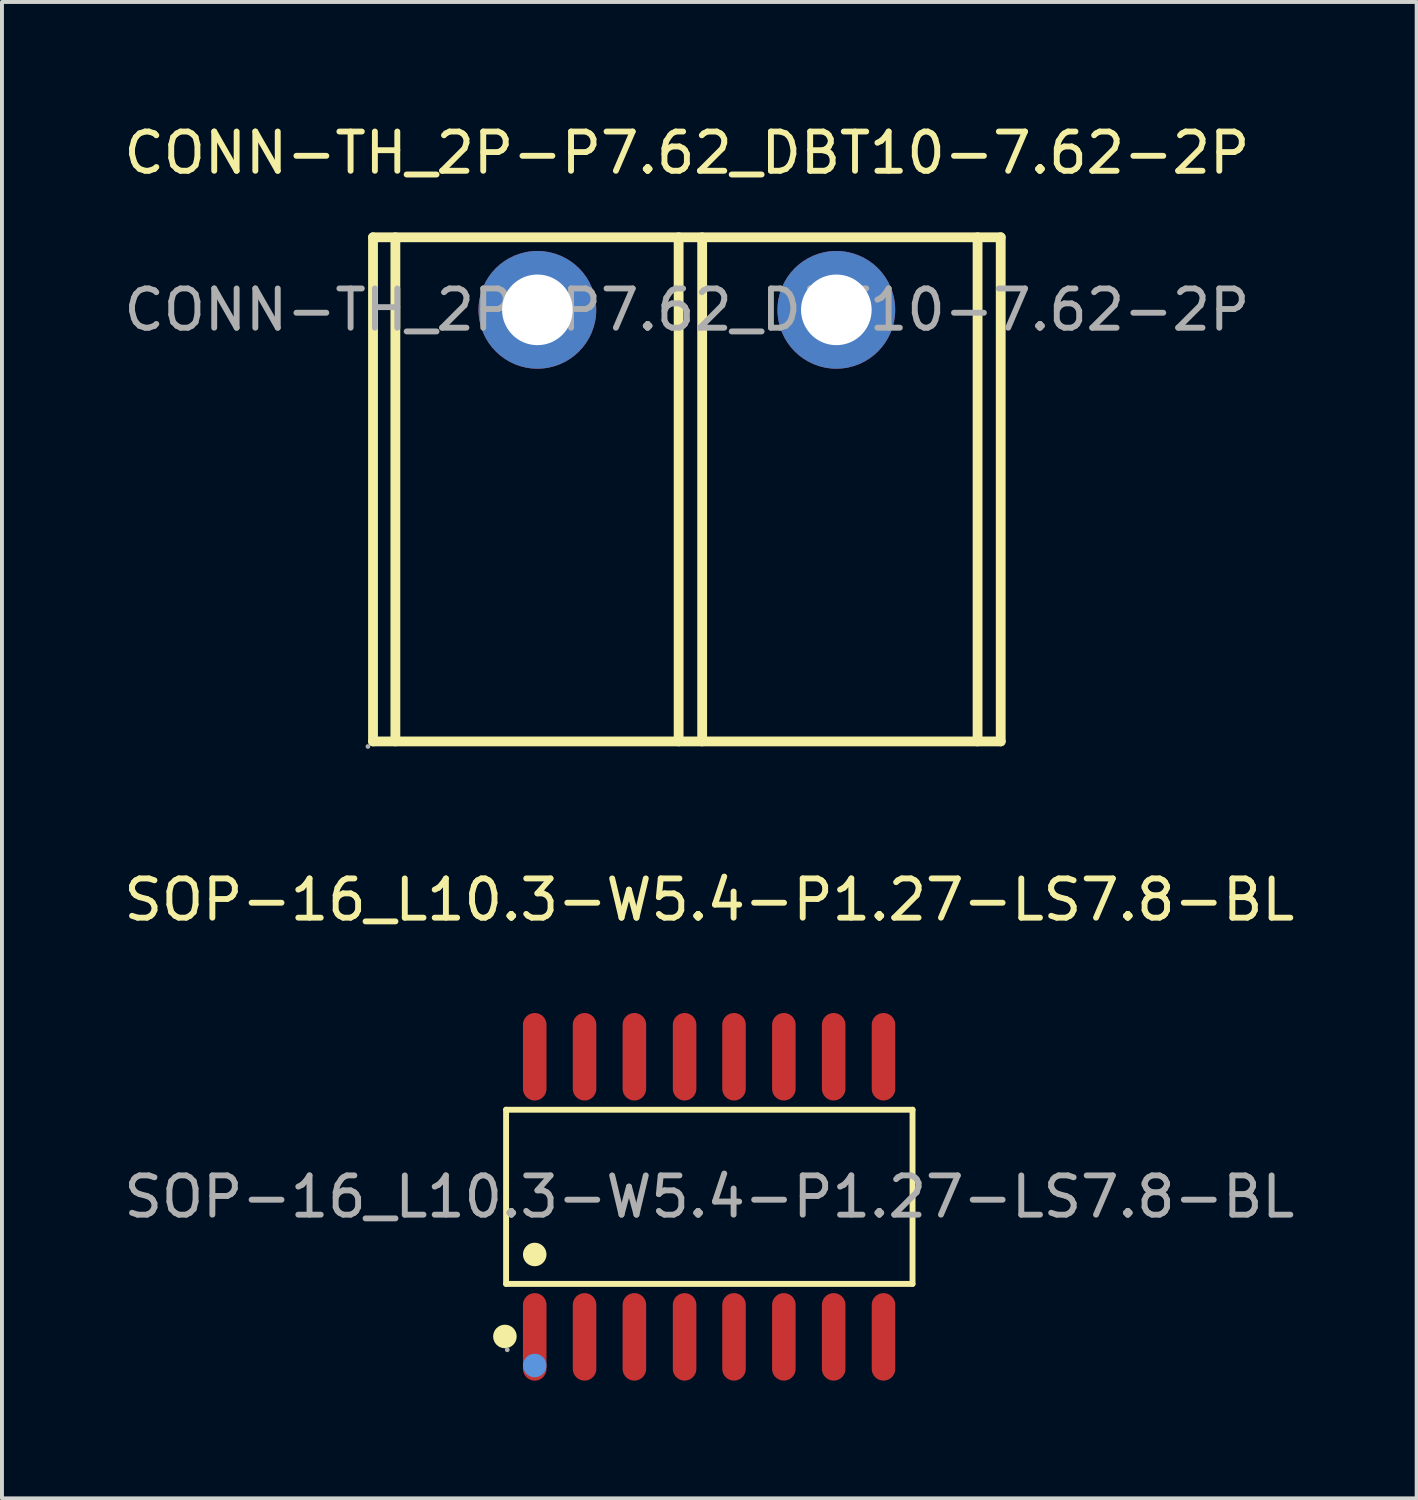
<source format=kicad_pcb>
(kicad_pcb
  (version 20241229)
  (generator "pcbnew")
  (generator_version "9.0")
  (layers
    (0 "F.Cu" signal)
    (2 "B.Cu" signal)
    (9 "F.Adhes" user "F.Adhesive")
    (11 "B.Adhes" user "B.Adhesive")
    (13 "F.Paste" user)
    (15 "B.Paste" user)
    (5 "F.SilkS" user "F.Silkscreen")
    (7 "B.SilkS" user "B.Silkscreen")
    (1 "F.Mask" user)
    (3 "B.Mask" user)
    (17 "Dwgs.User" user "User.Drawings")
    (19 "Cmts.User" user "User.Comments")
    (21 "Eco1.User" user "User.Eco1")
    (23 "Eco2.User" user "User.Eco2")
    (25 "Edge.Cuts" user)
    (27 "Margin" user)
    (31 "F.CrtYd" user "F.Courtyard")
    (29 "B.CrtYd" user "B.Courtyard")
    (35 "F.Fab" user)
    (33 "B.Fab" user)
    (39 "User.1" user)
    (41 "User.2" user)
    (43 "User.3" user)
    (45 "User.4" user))
  (footprint "SOP-16_L10.3-W5.4-P1.27-LS7.8-BL"
    (layer "F.Cu")
    (at 15.03 27.456)
    (property "Reference" "SOP-16_L10.3-W5.4-P1.27-LS7.8-BL" (at 0 -7.57 0) (layer "F.SilkS") (effects (font (size 1 1) (thickness 0.15))))
    (attr smd)
    (fp_line (start -5.18 -2.22) (end 5.18 -2.22) (stroke (width 0.15) (type solid)) (layer "F.SilkS"))
    (fp_line (start -5.18 2.22) (end -5.18 -2.22) (stroke (width 0.15) (type solid)) (layer "F.SilkS"))
    (fp_line (start 5.18 -2.22) (end 5.18 2.22) (stroke (width 0.15) (type solid)) (layer "F.SilkS"))
    (fp_line (start 5.18 2.22) (end -5.18 2.22) (stroke (width 0.15) (type solid)) (layer "F.SilkS"))
    (fp_circle (center -5.21 3.56) (end -5.06 3.56) (stroke (width 0.3) (type solid)) (fill no) (layer "F.SilkS"))
    (fp_circle (center -4.45 1.47) (end -4.3 1.47) (stroke (width 0.3) (type solid)) (fill no) (layer "F.SilkS"))
    (fp_circle (center -4.45 4.3) (end -4.3 4.3) (stroke (width 0.3) (type solid)) (fill no) (layer "Cmts.User"))
    (fp_circle (center -5.15 3.9) (end -5.12 3.9) (stroke (width 0.06) (type solid)) (fill no) (layer "F.Fab"))
    (fp_text user "${REFERENCE}" (at 0 0 0) (layer "F.Fab") (effects (font (size 1 1) (thickness 0.15))))
    (pad "1" smd oval (at -4.45 3.57) (size 0.6 2.23) (layers "F.Cu" "F.Mask" "F.Paste"))
    (pad "2" smd oval (at -3.18 3.57) (size 0.6 2.23) (layers "F.Cu" "F.Mask" "F.Paste"))
    (pad "3" smd oval (at -1.91 3.57) (size 0.6 2.23) (layers "F.Cu" "F.Mask" "F.Paste"))
    (pad "4" smd oval (at -0.63 3.57) (size 0.6 2.23) (layers "F.Cu" "F.Mask" "F.Paste"))
    (pad "5" smd oval (at 0.63 3.57) (size 0.6 2.23) (layers "F.Cu" "F.Mask" "F.Paste"))
    (pad "6" smd oval (at 1.9 3.57) (size 0.6 2.23) (layers "F.Cu" "F.Mask" "F.Paste"))
    (pad "7" smd oval (at 3.17 3.57) (size 0.6 2.23) (layers "F.Cu" "F.Mask" "F.Paste"))
    (pad "8" smd oval (at 4.44 3.57) (size 0.6 2.23) (layers "F.Cu" "F.Mask" "F.Paste"))
    (pad "9" smd oval (at 4.44 -3.57) (size 0.6 2.23) (layers "F.Cu" "F.Mask" "F.Paste"))
    (pad "10" smd oval (at 3.17 -3.57) (size 0.6 2.23) (layers "F.Cu" "F.Mask" "F.Paste"))
    (pad "11" smd oval (at 1.9 -3.57) (size 0.6 2.23) (layers "F.Cu" "F.Mask" "F.Paste"))
    (pad "12" smd oval (at 0.63 -3.57) (size 0.6 2.23) (layers "F.Cu" "F.Mask" "F.Paste"))
    (pad "13" smd oval (at -0.63 -3.57) (size 0.6 2.23) (layers "F.Cu" "F.Mask" "F.Paste"))
    (pad "14" smd oval (at -1.91 -3.57) (size 0.6 2.23) (layers "F.Cu" "F.Mask" "F.Paste"))
    (pad "15" smd oval (at -3.18 -3.57) (size 0.6 2.23) (layers "F.Cu" "F.Mask" "F.Paste"))
    (pad "16" smd oval (at -4.45 -3.57) (size 0.6 2.23) (layers "F.Cu" "F.Mask" "F.Paste")))
  (footprint "CONN-TH_2P-P7.62_DBT10-7.62-2P"
    (layer "F.Cu")
    (at 14.458 4.848)
    (property "Reference" "CONN-TH_2P-P7.62_DBT10-7.62-2P" (at 0 -4 0) (layer "F.SilkS") (effects (font (size 1 1) (thickness 0.15))))
    (attr through_hole)
    (fp_line (start -8 -1.85) (end -8 11) (stroke (width 0.25) (type solid)) (layer "F.SilkS"))
    (fp_line (start -8 -1.85) (end 8 -1.85) (stroke (width 0.25) (type solid)) (layer "F.SilkS"))
    (fp_line (start -8 11) (end 8 11) (stroke (width 0.25) (type solid)) (layer "F.SilkS"))
    (fp_line (start -7.43 -1.85) (end -7.43 11) (stroke (width 0.25) (type solid)) (layer "F.SilkS"))
    (fp_line (start -0.21 -1.85) (end -0.21 11) (stroke (width 0.25) (type solid)) (layer "F.SilkS"))
    (fp_line (start 0.39 -1.85) (end 0.39 11) (stroke (width 0.25) (type solid)) (layer "F.SilkS"))
    (fp_line (start 7.41 -1.85) (end 7.41 11) (stroke (width 0.25) (type solid)) (layer "F.SilkS"))
    (fp_line (start 8 -1.85) (end 8 11) (stroke (width 0.25) (type solid)) (layer "F.SilkS"))
    (fp_circle (center -8.13 11.13) (end -8.1 11.13) (stroke (width 0.06) (type solid)) (fill no) (layer "F.Fab"))
    (fp_circle (center -3.81 0) (end -3.41 0) (stroke (width 0.8) (type solid)) (fill no) (layer "F.Fab"))
    (fp_circle (center 3.81 0) (end 4.21 0) (stroke (width 0.8) (type solid)) (fill no) (layer "F.Fab"))
    (fp_text user "${REFERENCE}" (at 0 0 0) (layer "F.Fab") (effects (font (size 1 1) (thickness 0.15))))
    (pad "1" thru_hole circle (at -3.81 0) (size 3 3) (drill 1.8) (layers "*.Cu" "*.Mask"))
    (pad "2" thru_hole circle (at 3.81 0) (size 3 3) (drill 1.8) (layers "*.Cu" "*.Mask")))
  (gr_rect
    (start -3 -3)
    (end 33.06 35.142)
    (stroke (width 0.1) (type default))
    (fill no)
    (layer "Edge.Cuts")))
</source>
